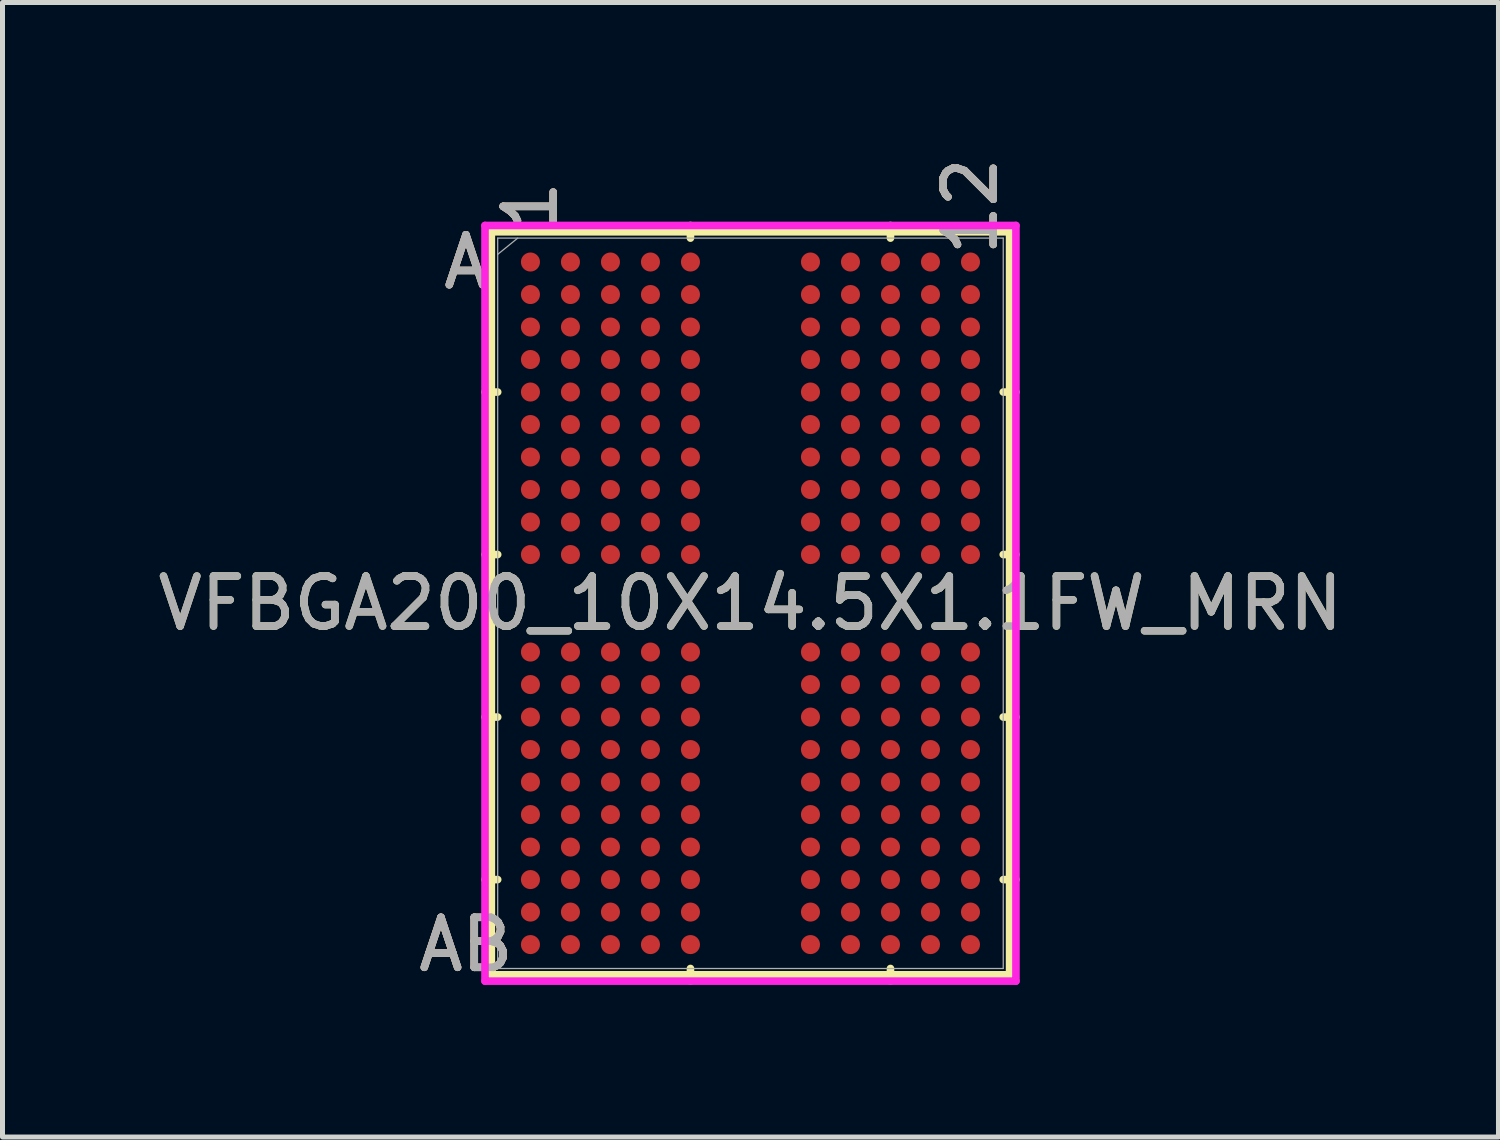
<source format=kicad_pcb>
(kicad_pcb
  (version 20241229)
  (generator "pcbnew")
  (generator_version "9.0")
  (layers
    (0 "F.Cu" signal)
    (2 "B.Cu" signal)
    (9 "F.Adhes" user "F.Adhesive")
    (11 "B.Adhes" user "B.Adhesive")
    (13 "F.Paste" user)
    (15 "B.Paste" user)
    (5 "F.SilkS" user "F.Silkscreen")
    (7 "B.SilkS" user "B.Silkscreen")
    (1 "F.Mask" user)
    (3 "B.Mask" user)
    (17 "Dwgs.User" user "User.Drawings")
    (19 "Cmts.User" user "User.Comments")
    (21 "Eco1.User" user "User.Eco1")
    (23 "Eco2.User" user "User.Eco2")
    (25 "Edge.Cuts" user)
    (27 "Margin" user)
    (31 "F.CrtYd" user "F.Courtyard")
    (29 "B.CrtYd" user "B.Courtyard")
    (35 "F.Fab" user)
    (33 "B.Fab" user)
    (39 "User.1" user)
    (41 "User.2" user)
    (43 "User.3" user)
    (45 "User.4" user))
  (footprint "VFBGA200_10X14.5X1.1FW_MRN"
    (layer "F.Cu")
    (at 11.958 9.015)
    (property "Reference" "VFBGA200_10X14.5X1.1FW_MRN" (at 0 0 0) (unlocked yes) (layer "F.SilkS") (effects (font (size 1 1) (thickness 0.15))))
    (attr smd)
    (fp_line (start -5.182 -7.429) (end -5.182 7.429) (stroke (width 0.152) (type solid)) (layer "F.SilkS"))
    (fp_line (start -5.182 7.429) (end 5.182 7.429) (stroke (width 0.152) (type solid)) (layer "F.SilkS"))
    (fp_line (start -5.055 -4.225) (end -5.309 -4.225) (stroke (width 0.152) (type solid)) (layer "F.SilkS"))
    (fp_line (start -5.055 -0.975) (end -5.309 -0.975) (stroke (width 0.152) (type solid)) (layer "F.SilkS"))
    (fp_line (start -5.055 2.275) (end -5.309 2.275) (stroke (width 0.152) (type solid)) (layer "F.SilkS"))
    (fp_line (start -5.055 5.525) (end -5.309 5.525) (stroke (width 0.152) (type solid)) (layer "F.SilkS"))
    (fp_line (start -1.2 -7.303) (end -1.2 -7.556) (stroke (width 0.152) (type solid)) (layer "F.SilkS"))
    (fp_line (start -1.2 7.303) (end -1.2 7.556) (stroke (width 0.152) (type solid)) (layer "F.SilkS"))
    (fp_line (start 2.8 -7.303) (end 2.8 -7.556) (stroke (width 0.152) (type solid)) (layer "F.SilkS"))
    (fp_line (start 2.8 7.303) (end 2.8 7.556) (stroke (width 0.152) (type solid)) (layer "F.SilkS"))
    (fp_line (start 5.055 -4.225) (end 5.309 -4.225) (stroke (width 0.152) (type solid)) (layer "F.SilkS"))
    (fp_line (start 5.055 -0.975) (end 5.309 -0.975) (stroke (width 0.152) (type solid)) (layer "F.SilkS"))
    (fp_line (start 5.055 2.275) (end 5.309 2.275) (stroke (width 0.152) (type solid)) (layer "F.SilkS"))
    (fp_line (start 5.055 5.525) (end 5.309 5.525) (stroke (width 0.152) (type solid)) (layer "F.SilkS"))
    (fp_line (start 5.182 -7.429) (end -5.182 -7.429) (stroke (width 0.152) (type solid)) (layer "F.SilkS"))
    (fp_line (start 5.182 7.429) (end 5.182 -7.429) (stroke (width 0.152) (type solid)) (layer "F.SilkS"))
    (fp_line (start -5.309 -7.556) (end 5.309 -7.556) (stroke (width 0.152) (type solid)) (layer "F.CrtYd"))
    (fp_line (start -5.309 7.556) (end -5.309 -7.556) (stroke (width 0.152) (type solid)) (layer "F.CrtYd"))
    (fp_line (start 5.309 -7.556) (end 5.309 7.556) (stroke (width 0.152) (type solid)) (layer "F.CrtYd"))
    (fp_line (start 5.309 7.556) (end -5.309 7.556) (stroke (width 0.152) (type solid)) (layer "F.CrtYd"))
    (fp_line (start -5.055 -7.303) (end -5.055 7.303) (stroke (width 0.025) (type solid)) (layer "F.Fab"))
    (fp_line (start -5.055 7.303) (end 5.055 7.303) (stroke (width 0.025) (type solid)) (layer "F.Fab"))
    (fp_line (start -4.655 -7.303) (end -5.055 -6.978) (stroke (width 0.025) (type solid)) (layer "F.Fab"))
    (fp_line (start 5.055 -7.303) (end -5.055 -7.303) (stroke (width 0.025) (type solid)) (layer "F.Fab"))
    (fp_line (start 5.055 7.303) (end 5.055 -7.303) (stroke (width 0.025) (type solid)) (layer "F.Fab"))
    (fp_text user "A" (at -5.69 -6.825 0) (unlocked yes) (layer "F.SilkS") (effects (font (size 1 1) (thickness 0.15))))
    (fp_text user "AB" (at -5.69 6.825 0) (unlocked yes) (layer "F.SilkS") (effects (font (size 1 1) (thickness 0.15))))
    (fp_text user "12" (at 4.4 -7.938 90) (unlocked yes) (layer "F.SilkS") (effects (font (size 1 1) (thickness 0.15))))
    (fp_text user "1" (at -4.4 -7.938 90) (unlocked yes) (layer "F.SilkS") (effects (font (size 1 1) (thickness 0.15))))
    (fp_text user "A" (at -5.69 -6.825 0) (unlocked yes) (layer "B.SilkS") (effects (font (size 1 1) (thickness 0.15))))
    (fp_text user "1" (at -4.4 -7.938 90) (unlocked yes) (layer "B.SilkS") (effects (font (size 1 1) (thickness 0.15))))
    (fp_text user "12" (at 4.4 -7.938 90) (unlocked yes) (layer "B.SilkS") (effects (font (size 1 1) (thickness 0.15))))
    (fp_text user "AB" (at -5.69 6.825 0) (unlocked yes) (layer "B.SilkS") (effects (font (size 1 1) (thickness 0.15))))
    (fp_text user "12" (at 4.4 -7.938 90) (unlocked yes) (layer "F.Fab") (effects (font (size 1 1) (thickness 0.15))))
    (fp_text user "1" (at -4.4 -7.938 90) (unlocked yes) (layer "F.Fab") (effects (font (size 1 1) (thickness 0.15))))
    (fp_text user "A" (at -5.69 -6.825 0) (unlocked yes) (layer "F.Fab") (effects (font (size 1 1) (thickness 0.15))))
    (fp_text user "AB" (at -5.69 6.825 0) (unlocked yes) (layer "F.Fab") (effects (font (size 1 1) (thickness 0.15))))
    (fp_text user "${REFERENCE}" (at 0 0 0) (unlocked yes) (layer "F.Fab") (effects (font (size 1 1) (thickness 0.15))))
    (pad "A1" smd circle (at -4.4 -6.825) (size 0.381 0.381) (layers "F.Cu" "F.Mask" "F.Paste"))
    (pad "A2" smd circle (at -3.6 -6.825) (size 0.381 0.381) (layers "F.Cu" "F.Mask" "F.Paste"))
    (pad "A3" smd circle (at -2.8 -6.825) (size 0.381 0.381) (layers "F.Cu" "F.Mask" "F.Paste"))
    (pad "A4" smd circle (at -2 -6.825) (size 0.381 0.381) (layers "F.Cu" "F.Mask" "F.Paste"))
    (pad "A5" smd circle (at -1.2 -6.825) (size 0.381 0.381) (layers "F.Cu" "F.Mask" "F.Paste"))
    (pad "A8" smd circle (at 1.2 -6.825) (size 0.381 0.381) (layers "F.Cu" "F.Mask" "F.Paste"))
    (pad "A9" smd circle (at 2 -6.825) (size 0.381 0.381) (layers "F.Cu" "F.Mask" "F.Paste"))
    (pad "A10" smd circle (at 2.8 -6.825) (size 0.381 0.381) (layers "F.Cu" "F.Mask" "F.Paste"))
    (pad "A11" smd circle (at 3.6 -6.825) (size 0.381 0.381) (layers "F.Cu" "F.Mask" "F.Paste"))
    (pad "A12" smd circle (at 4.4 -6.825) (size 0.381 0.381) (layers "F.Cu" "F.Mask" "F.Paste"))
    (pad "AA1" smd circle (at -4.4 6.175) (size 0.381 0.381) (layers "F.Cu" "F.Mask" "F.Paste"))
    (pad "AA2" smd circle (at -3.6 6.175) (size 0.381 0.381) (layers "F.Cu" "F.Mask" "F.Paste"))
    (pad "AA3" smd circle (at -2.8 6.175) (size 0.381 0.381) (layers "F.Cu" "F.Mask" "F.Paste"))
    (pad "AA4" smd circle (at -2 6.175) (size 0.381 0.381) (layers "F.Cu" "F.Mask" "F.Paste"))
    (pad "AA5" smd circle (at -1.2 6.175) (size 0.381 0.381) (layers "F.Cu" "F.Mask" "F.Paste"))
    (pad "AA8" smd circle (at 1.2 6.175) (size 0.381 0.381) (layers "F.Cu" "F.Mask" "F.Paste"))
    (pad "AA9" smd circle (at 2 6.175) (size 0.381 0.381) (layers "F.Cu" "F.Mask" "F.Paste"))
    (pad "AA10" smd circle (at 2.8 6.175) (size 0.381 0.381) (layers "F.Cu" "F.Mask" "F.Paste"))
    (pad "AA11" smd circle (at 3.6 6.175) (size 0.381 0.381) (layers "F.Cu" "F.Mask" "F.Paste"))
    (pad "AA12" smd circle (at 4.4 6.175) (size 0.381 0.381) (layers "F.Cu" "F.Mask" "F.Paste"))
    (pad "AB1" smd circle (at -4.4 6.825) (size 0.381 0.381) (layers "F.Cu" "F.Mask" "F.Paste"))
    (pad "AB2" smd circle (at -3.6 6.825) (size 0.381 0.381) (layers "F.Cu" "F.Mask" "F.Paste"))
    (pad "AB3" smd circle (at -2.8 6.825) (size 0.381 0.381) (layers "F.Cu" "F.Mask" "F.Paste"))
    (pad "AB4" smd circle (at -2 6.825) (size 0.381 0.381) (layers "F.Cu" "F.Mask" "F.Paste"))
    (pad "AB5" smd circle (at -1.2 6.825) (size 0.381 0.381) (layers "F.Cu" "F.Mask" "F.Paste"))
    (pad "AB8" smd circle (at 1.2 6.825) (size 0.381 0.381) (layers "F.Cu" "F.Mask" "F.Paste"))
    (pad "AB9" smd circle (at 2 6.825) (size 0.381 0.381) (layers "F.Cu" "F.Mask" "F.Paste"))
    (pad "AB10" smd circle (at 2.8 6.825) (size 0.381 0.381) (layers "F.Cu" "F.Mask" "F.Paste"))
    (pad "AB11" smd circle (at 3.6 6.825) (size 0.381 0.381) (layers "F.Cu" "F.Mask" "F.Paste"))
    (pad "AB12" smd circle (at 4.4 6.825) (size 0.381 0.381) (layers "F.Cu" "F.Mask" "F.Paste"))
    (pad "B1" smd circle (at -4.4 -6.175) (size 0.381 0.381) (layers "F.Cu" "F.Mask" "F.Paste"))
    (pad "B2" smd circle (at -3.6 -6.175) (size 0.381 0.381) (layers "F.Cu" "F.Mask" "F.Paste"))
    (pad "B3" smd circle (at -2.8 -6.175) (size 0.381 0.381) (layers "F.Cu" "F.Mask" "F.Paste"))
    (pad "B4" smd circle (at -2 -6.175) (size 0.381 0.381) (layers "F.Cu" "F.Mask" "F.Paste"))
    (pad "B5" smd circle (at -1.2 -6.175) (size 0.381 0.381) (layers "F.Cu" "F.Mask" "F.Paste"))
    (pad "B8" smd circle (at 1.2 -6.175) (size 0.381 0.381) (layers "F.Cu" "F.Mask" "F.Paste"))
    (pad "B9" smd circle (at 2 -6.175) (size 0.381 0.381) (layers "F.Cu" "F.Mask" "F.Paste"))
    (pad "B10" smd circle (at 2.8 -6.175) (size 0.381 0.381) (layers "F.Cu" "F.Mask" "F.Paste"))
    (pad "B11" smd circle (at 3.6 -6.175) (size 0.381 0.381) (layers "F.Cu" "F.Mask" "F.Paste"))
    (pad "B12" smd circle (at 4.4 -6.175) (size 0.381 0.381) (layers "F.Cu" "F.Mask" "F.Paste"))
    (pad "C1" smd circle (at -4.4 -5.525) (size 0.381 0.381) (layers "F.Cu" "F.Mask" "F.Paste"))
    (pad "C2" smd circle (at -3.6 -5.525) (size 0.381 0.381) (layers "F.Cu" "F.Mask" "F.Paste"))
    (pad "C3" smd circle (at -2.8 -5.525) (size 0.381 0.381) (layers "F.Cu" "F.Mask" "F.Paste"))
    (pad "C4" smd circle (at -2 -5.525) (size 0.381 0.381) (layers "F.Cu" "F.Mask" "F.Paste"))
    (pad "C5" smd circle (at -1.2 -5.525) (size 0.381 0.381) (layers "F.Cu" "F.Mask" "F.Paste"))
    (pad "C8" smd circle (at 1.2 -5.525) (size 0.381 0.381) (layers "F.Cu" "F.Mask" "F.Paste"))
    (pad "C9" smd circle (at 2 -5.525) (size 0.381 0.381) (layers "F.Cu" "F.Mask" "F.Paste"))
    (pad "C10" smd circle (at 2.8 -5.525) (size 0.381 0.381) (layers "F.Cu" "F.Mask" "F.Paste"))
    (pad "C11" smd circle (at 3.6 -5.525) (size 0.381 0.381) (layers "F.Cu" "F.Mask" "F.Paste"))
    (pad "C12" smd circle (at 4.4 -5.525) (size 0.381 0.381) (layers "F.Cu" "F.Mask" "F.Paste"))
    (pad "D1" smd circle (at -4.4 -4.875) (size 0.381 0.381) (layers "F.Cu" "F.Mask" "F.Paste"))
    (pad "D2" smd circle (at -3.6 -4.875) (size 0.381 0.381) (layers "F.Cu" "F.Mask" "F.Paste"))
    (pad "D3" smd circle (at -2.8 -4.875) (size 0.381 0.381) (layers "F.Cu" "F.Mask" "F.Paste"))
    (pad "D4" smd circle (at -2 -4.875) (size 0.381 0.381) (layers "F.Cu" "F.Mask" "F.Paste"))
    (pad "D5" smd circle (at -1.2 -4.875) (size 0.381 0.381) (layers "F.Cu" "F.Mask" "F.Paste"))
    (pad "D8" smd circle (at 1.2 -4.875) (size 0.381 0.381) (layers "F.Cu" "F.Mask" "F.Paste"))
    (pad "D9" smd circle (at 2 -4.875) (size 0.381 0.381) (layers "F.Cu" "F.Mask" "F.Paste"))
    (pad "D10" smd circle (at 2.8 -4.875) (size 0.381 0.381) (layers "F.Cu" "F.Mask" "F.Paste"))
    (pad "D11" smd circle (at 3.6 -4.875) (size 0.381 0.381) (layers "F.Cu" "F.Mask" "F.Paste"))
    (pad "D12" smd circle (at 4.4 -4.875) (size 0.381 0.381) (layers "F.Cu" "F.Mask" "F.Paste"))
    (pad "E1" smd circle (at -4.4 -4.225) (size 0.381 0.381) (layers "F.Cu" "F.Mask" "F.Paste"))
    (pad "E2" smd circle (at -3.6 -4.225) (size 0.381 0.381) (layers "F.Cu" "F.Mask" "F.Paste"))
    (pad "E3" smd circle (at -2.8 -4.225) (size 0.381 0.381) (layers "F.Cu" "F.Mask" "F.Paste"))
    (pad "E4" smd circle (at -2 -4.225) (size 0.381 0.381) (layers "F.Cu" "F.Mask" "F.Paste"))
    (pad "E5" smd circle (at -1.2 -4.225) (size 0.381 0.381) (layers "F.Cu" "F.Mask" "F.Paste"))
    (pad "E8" smd circle (at 1.2 -4.225) (size 0.381 0.381) (layers "F.Cu" "F.Mask" "F.Paste"))
    (pad "E9" smd circle (at 2 -4.225) (size 0.381 0.381) (layers "F.Cu" "F.Mask" "F.Paste"))
    (pad "E10" smd circle (at 2.8 -4.225) (size 0.381 0.381) (layers "F.Cu" "F.Mask" "F.Paste"))
    (pad "E11" smd circle (at 3.6 -4.225) (size 0.381 0.381) (layers "F.Cu" "F.Mask" "F.Paste"))
    (pad "E12" smd circle (at 4.4 -4.225) (size 0.381 0.381) (layers "F.Cu" "F.Mask" "F.Paste"))
    (pad "F1" smd circle (at -4.4 -3.575) (size 0.381 0.381) (layers "F.Cu" "F.Mask" "F.Paste"))
    (pad "F2" smd circle (at -3.6 -3.575) (size 0.381 0.381) (layers "F.Cu" "F.Mask" "F.Paste"))
    (pad "F3" smd circle (at -2.8 -3.575) (size 0.381 0.381) (layers "F.Cu" "F.Mask" "F.Paste"))
    (pad "F4" smd circle (at -2 -3.575) (size 0.381 0.381) (layers "F.Cu" "F.Mask" "F.Paste"))
    (pad "F5" smd circle (at -1.2 -3.575) (size 0.381 0.381) (layers "F.Cu" "F.Mask" "F.Paste"))
    (pad "F8" smd circle (at 1.2 -3.575) (size 0.381 0.381) (layers "F.Cu" "F.Mask" "F.Paste"))
    (pad "F9" smd circle (at 2 -3.575) (size 0.381 0.381) (layers "F.Cu" "F.Mask" "F.Paste"))
    (pad "F10" smd circle (at 2.8 -3.575) (size 0.381 0.381) (layers "F.Cu" "F.Mask" "F.Paste"))
    (pad "F11" smd circle (at 3.6 -3.575) (size 0.381 0.381) (layers "F.Cu" "F.Mask" "F.Paste"))
    (pad "F12" smd circle (at 4.4 -3.575) (size 0.381 0.381) (layers "F.Cu" "F.Mask" "F.Paste"))
    (pad "G1" smd circle (at -4.4 -2.925) (size 0.381 0.381) (layers "F.Cu" "F.Mask" "F.Paste"))
    (pad "G2" smd circle (at -3.6 -2.925) (size 0.381 0.381) (layers "F.Cu" "F.Mask" "F.Paste"))
    (pad "G3" smd circle (at -2.8 -2.925) (size 0.381 0.381) (layers "F.Cu" "F.Mask" "F.Paste"))
    (pad "G4" smd circle (at -2 -2.925) (size 0.381 0.381) (layers "F.Cu" "F.Mask" "F.Paste"))
    (pad "G5" smd circle (at -1.2 -2.925) (size 0.381 0.381) (layers "F.Cu" "F.Mask" "F.Paste"))
    (pad "G8" smd circle (at 1.2 -2.925) (size 0.381 0.381) (layers "F.Cu" "F.Mask" "F.Paste"))
    (pad "G9" smd circle (at 2 -2.925) (size 0.381 0.381) (layers "F.Cu" "F.Mask" "F.Paste"))
    (pad "G10" smd circle (at 2.8 -2.925) (size 0.381 0.381) (layers "F.Cu" "F.Mask" "F.Paste"))
    (pad "G11" smd circle (at 3.6 -2.925) (size 0.381 0.381) (layers "F.Cu" "F.Mask" "F.Paste"))
    (pad "G12" smd circle (at 4.4 -2.925) (size 0.381 0.381) (layers "F.Cu" "F.Mask" "F.Paste"))
    (pad "H1" smd circle (at -4.4 -2.275) (size 0.381 0.381) (layers "F.Cu" "F.Mask" "F.Paste"))
    (pad "H2" smd circle (at -3.6 -2.275) (size 0.381 0.381) (layers "F.Cu" "F.Mask" "F.Paste"))
    (pad "H3" smd circle (at -2.8 -2.275) (size 0.381 0.381) (layers "F.Cu" "F.Mask" "F.Paste"))
    (pad "H4" smd circle (at -2 -2.275) (size 0.381 0.381) (layers "F.Cu" "F.Mask" "F.Paste"))
    (pad "H5" smd circle (at -1.2 -2.275) (size 0.381 0.381) (layers "F.Cu" "F.Mask" "F.Paste"))
    (pad "H8" smd circle (at 1.2 -2.275) (size 0.381 0.381) (layers "F.Cu" "F.Mask" "F.Paste"))
    (pad "H9" smd circle (at 2 -2.275) (size 0.381 0.381) (layers "F.Cu" "F.Mask" "F.Paste"))
    (pad "H10" smd circle (at 2.8 -2.275) (size 0.381 0.381) (layers "F.Cu" "F.Mask" "F.Paste"))
    (pad "H11" smd circle (at 3.6 -2.275) (size 0.381 0.381) (layers "F.Cu" "F.Mask" "F.Paste"))
    (pad "H12" smd circle (at 4.4 -2.275) (size 0.381 0.381) (layers "F.Cu" "F.Mask" "F.Paste"))
    (pad "J1" smd circle (at -4.4 -1.625) (size 0.381 0.381) (layers "F.Cu" "F.Mask" "F.Paste"))
    (pad "J2" smd circle (at -3.6 -1.625) (size 0.381 0.381) (layers "F.Cu" "F.Mask" "F.Paste"))
    (pad "J3" smd circle (at -2.8 -1.625) (size 0.381 0.381) (layers "F.Cu" "F.Mask" "F.Paste"))
    (pad "J4" smd circle (at -2 -1.625) (size 0.381 0.381) (layers "F.Cu" "F.Mask" "F.Paste"))
    (pad "J5" smd circle (at -1.2 -1.625) (size 0.381 0.381) (layers "F.Cu" "F.Mask" "F.Paste"))
    (pad "J8" smd circle (at 1.2 -1.625) (size 0.381 0.381) (layers "F.Cu" "F.Mask" "F.Paste"))
    (pad "J9" smd circle (at 2 -1.625) (size 0.381 0.381) (layers "F.Cu" "F.Mask" "F.Paste"))
    (pad "J10" smd circle (at 2.8 -1.625) (size 0.381 0.381) (layers "F.Cu" "F.Mask" "F.Paste"))
    (pad "J11" smd circle (at 3.6 -1.625) (size 0.381 0.381) (layers "F.Cu" "F.Mask" "F.Paste"))
    (pad "J12" smd circle (at 4.4 -1.625) (size 0.381 0.381) (layers "F.Cu" "F.Mask" "F.Paste"))
    (pad "K1" smd circle (at -4.4 -0.975) (size 0.381 0.381) (layers "F.Cu" "F.Mask" "F.Paste"))
    (pad "K2" smd circle (at -3.6 -0.975) (size 0.381 0.381) (layers "F.Cu" "F.Mask" "F.Paste"))
    (pad "K3" smd circle (at -2.8 -0.975) (size 0.381 0.381) (layers "F.Cu" "F.Mask" "F.Paste"))
    (pad "K4" smd circle (at -2 -0.975) (size 0.381 0.381) (layers "F.Cu" "F.Mask" "F.Paste"))
    (pad "K5" smd circle (at -1.2 -0.975) (size 0.381 0.381) (layers "F.Cu" "F.Mask" "F.Paste"))
    (pad "K8" smd circle (at 1.2 -0.975) (size 0.381 0.381) (layers "F.Cu" "F.Mask" "F.Paste"))
    (pad "K9" smd circle (at 2 -0.975) (size 0.381 0.381) (layers "F.Cu" "F.Mask" "F.Paste"))
    (pad "K10" smd circle (at 2.8 -0.975) (size 0.381 0.381) (layers "F.Cu" "F.Mask" "F.Paste"))
    (pad "K11" smd circle (at 3.6 -0.975) (size 0.381 0.381) (layers "F.Cu" "F.Mask" "F.Paste"))
    (pad "K12" smd circle (at 4.4 -0.975) (size 0.381 0.381) (layers "F.Cu" "F.Mask" "F.Paste"))
    (pad "N1" smd circle (at -4.4 0.975) (size 0.381 0.381) (layers "F.Cu" "F.Mask" "F.Paste"))
    (pad "N2" smd circle (at -3.6 0.975) (size 0.381 0.381) (layers "F.Cu" "F.Mask" "F.Paste"))
    (pad "N3" smd circle (at -2.8 0.975) (size 0.381 0.381) (layers "F.Cu" "F.Mask" "F.Paste"))
    (pad "N4" smd circle (at -2 0.975) (size 0.381 0.381) (layers "F.Cu" "F.Mask" "F.Paste"))
    (pad "N5" smd circle (at -1.2 0.975) (size 0.381 0.381) (layers "F.Cu" "F.Mask" "F.Paste"))
    (pad "N8" smd circle (at 1.2 0.975) (size 0.381 0.381) (layers "F.Cu" "F.Mask" "F.Paste"))
    (pad "N9" smd circle (at 2 0.975) (size 0.381 0.381) (layers "F.Cu" "F.Mask" "F.Paste"))
    (pad "N10" smd circle (at 2.8 0.975) (size 0.381 0.381) (layers "F.Cu" "F.Mask" "F.Paste"))
    (pad "N11" smd circle (at 3.6 0.975) (size 0.381 0.381) (layers "F.Cu" "F.Mask" "F.Paste"))
    (pad "N12" smd circle (at 4.4 0.975) (size 0.381 0.381) (layers "F.Cu" "F.Mask" "F.Paste"))
    (pad "P1" smd circle (at -4.4 1.625) (size 0.381 0.381) (layers "F.Cu" "F.Mask" "F.Paste"))
    (pad "P2" smd circle (at -3.6 1.625) (size 0.381 0.381) (layers "F.Cu" "F.Mask" "F.Paste"))
    (pad "P3" smd circle (at -2.8 1.625) (size 0.381 0.381) (layers "F.Cu" "F.Mask" "F.Paste"))
    (pad "P4" smd circle (at -2 1.625) (size 0.381 0.381) (layers "F.Cu" "F.Mask" "F.Paste"))
    (pad "P5" smd circle (at -1.2 1.625) (size 0.381 0.381) (layers "F.Cu" "F.Mask" "F.Paste"))
    (pad "P8" smd circle (at 1.2 1.625) (size 0.381 0.381) (layers "F.Cu" "F.Mask" "F.Paste"))
    (pad "P9" smd circle (at 2 1.625) (size 0.381 0.381) (layers "F.Cu" "F.Mask" "F.Paste"))
    (pad "P10" smd circle (at 2.8 1.625) (size 0.381 0.381) (layers "F.Cu" "F.Mask" "F.Paste"))
    (pad "P11" smd circle (at 3.6 1.625) (size 0.381 0.381) (layers "F.Cu" "F.Mask" "F.Paste"))
    (pad "P12" smd circle (at 4.4 1.625) (size 0.381 0.381) (layers "F.Cu" "F.Mask" "F.Paste"))
    (pad "R1" smd circle (at -4.4 2.275) (size 0.381 0.381) (layers "F.Cu" "F.Mask" "F.Paste"))
    (pad "R2" smd circle (at -3.6 2.275) (size 0.381 0.381) (layers "F.Cu" "F.Mask" "F.Paste"))
    (pad "R3" smd circle (at -2.8 2.275) (size 0.381 0.381) (layers "F.Cu" "F.Mask" "F.Paste"))
    (pad "R4" smd circle (at -2 2.275) (size 0.381 0.381) (layers "F.Cu" "F.Mask" "F.Paste"))
    (pad "R5" smd circle (at -1.2 2.275) (size 0.381 0.381) (layers "F.Cu" "F.Mask" "F.Paste"))
    (pad "R8" smd circle (at 1.2 2.275) (size 0.381 0.381) (layers "F.Cu" "F.Mask" "F.Paste"))
    (pad "R9" smd circle (at 2 2.275) (size 0.381 0.381) (layers "F.Cu" "F.Mask" "F.Paste"))
    (pad "R10" smd circle (at 2.8 2.275) (size 0.381 0.381) (layers "F.Cu" "F.Mask" "F.Paste"))
    (pad "R11" smd circle (at 3.6 2.275) (size 0.381 0.381) (layers "F.Cu" "F.Mask" "F.Paste"))
    (pad "R12" smd circle (at 4.4 2.275) (size 0.381 0.381) (layers "F.Cu" "F.Mask" "F.Paste"))
    (pad "T1" smd circle (at -4.4 2.925) (size 0.381 0.381) (layers "F.Cu" "F.Mask" "F.Paste"))
    (pad "T2" smd circle (at -3.6 2.925) (size 0.381 0.381) (layers "F.Cu" "F.Mask" "F.Paste"))
    (pad "T3" smd circle (at -2.8 2.925) (size 0.381 0.381) (layers "F.Cu" "F.Mask" "F.Paste"))
    (pad "T4" smd circle (at -2 2.925) (size 0.381 0.381) (layers "F.Cu" "F.Mask" "F.Paste"))
    (pad "T5" smd circle (at -1.2 2.925) (size 0.381 0.381) (layers "F.Cu" "F.Mask" "F.Paste"))
    (pad "T8" smd circle (at 1.2 2.925) (size 0.381 0.381) (layers "F.Cu" "F.Mask" "F.Paste"))
    (pad "T9" smd circle (at 2 2.925) (size 0.381 0.381) (layers "F.Cu" "F.Mask" "F.Paste"))
    (pad "T10" smd circle (at 2.8 2.925) (size 0.381 0.381) (layers "F.Cu" "F.Mask" "F.Paste"))
    (pad "T11" smd circle (at 3.6 2.925) (size 0.381 0.381) (layers "F.Cu" "F.Mask" "F.Paste"))
    (pad "T12" smd circle (at 4.4 2.925) (size 0.381 0.381) (layers "F.Cu" "F.Mask" "F.Paste"))
    (pad "U1" smd circle (at -4.4 3.575) (size 0.381 0.381) (layers "F.Cu" "F.Mask" "F.Paste"))
    (pad "U2" smd circle (at -3.6 3.575) (size 0.381 0.381) (layers "F.Cu" "F.Mask" "F.Paste"))
    (pad "U3" smd circle (at -2.8 3.575) (size 0.381 0.381) (layers "F.Cu" "F.Mask" "F.Paste"))
    (pad "U4" smd circle (at -2 3.575) (size 0.381 0.381) (layers "F.Cu" "F.Mask" "F.Paste"))
    (pad "U5" smd circle (at -1.2 3.575) (size 0.381 0.381) (layers "F.Cu" "F.Mask" "F.Paste"))
    (pad "U8" smd circle (at 1.2 3.575) (size 0.381 0.381) (layers "F.Cu" "F.Mask" "F.Paste"))
    (pad "U9" smd circle (at 2 3.575) (size 0.381 0.381) (layers "F.Cu" "F.Mask" "F.Paste"))
    (pad "U10" smd circle (at 2.8 3.575) (size 0.381 0.381) (layers "F.Cu" "F.Mask" "F.Paste"))
    (pad "U11" smd circle (at 3.6 3.575) (size 0.381 0.381) (layers "F.Cu" "F.Mask" "F.Paste"))
    (pad "U12" smd circle (at 4.4 3.575) (size 0.381 0.381) (layers "F.Cu" "F.Mask" "F.Paste"))
    (pad "V1" smd circle (at -4.4 4.225) (size 0.381 0.381) (layers "F.Cu" "F.Mask" "F.Paste"))
    (pad "V2" smd circle (at -3.6 4.225) (size 0.381 0.381) (layers "F.Cu" "F.Mask" "F.Paste"))
    (pad "V3" smd circle (at -2.8 4.225) (size 0.381 0.381) (layers "F.Cu" "F.Mask" "F.Paste"))
    (pad "V4" smd circle (at -2 4.225) (size 0.381 0.381) (layers "F.Cu" "F.Mask" "F.Paste"))
    (pad "V5" smd circle (at -1.2 4.225) (size 0.381 0.381) (layers "F.Cu" "F.Mask" "F.Paste"))
    (pad "V8" smd circle (at 1.2 4.225) (size 0.381 0.381) (layers "F.Cu" "F.Mask" "F.Paste"))
    (pad "V9" smd circle (at 2 4.225) (size 0.381 0.381) (layers "F.Cu" "F.Mask" "F.Paste"))
    (pad "V10" smd circle (at 2.8 4.225) (size 0.381 0.381) (layers "F.Cu" "F.Mask" "F.Paste"))
    (pad "V11" smd circle (at 3.6 4.225) (size 0.381 0.381) (layers "F.Cu" "F.Mask" "F.Paste"))
    (pad "V12" smd circle (at 4.4 4.225) (size 0.381 0.381) (layers "F.Cu" "F.Mask" "F.Paste"))
    (pad "W1" smd circle (at -4.4 4.875) (size 0.381 0.381) (layers "F.Cu" "F.Mask" "F.Paste"))
    (pad "W2" smd circle (at -3.6 4.875) (size 0.381 0.381) (layers "F.Cu" "F.Mask" "F.Paste"))
    (pad "W3" smd circle (at -2.8 4.875) (size 0.381 0.381) (layers "F.Cu" "F.Mask" "F.Paste"))
    (pad "W4" smd circle (at -2 4.875) (size 0.381 0.381) (layers "F.Cu" "F.Mask" "F.Paste"))
    (pad "W5" smd circle (at -1.2 4.875) (size 0.381 0.381) (layers "F.Cu" "F.Mask" "F.Paste"))
    (pad "W8" smd circle (at 1.2 4.875) (size 0.381 0.381) (layers "F.Cu" "F.Mask" "F.Paste"))
    (pad "W9" smd circle (at 2 4.875) (size 0.381 0.381) (layers "F.Cu" "F.Mask" "F.Paste"))
    (pad "W10" smd circle (at 2.8 4.875) (size 0.381 0.381) (layers "F.Cu" "F.Mask" "F.Paste"))
    (pad "W11" smd circle (at 3.6 4.875) (size 0.381 0.381) (layers "F.Cu" "F.Mask" "F.Paste"))
    (pad "W12" smd circle (at 4.4 4.875) (size 0.381 0.381) (layers "F.Cu" "F.Mask" "F.Paste"))
    (pad "Y1" smd circle (at -4.4 5.525) (size 0.381 0.381) (layers "F.Cu" "F.Mask" "F.Paste"))
    (pad "Y2" smd circle (at -3.6 5.525) (size 0.381 0.381) (layers "F.Cu" "F.Mask" "F.Paste"))
    (pad "Y3" smd circle (at -2.8 5.525) (size 0.381 0.381) (layers "F.Cu" "F.Mask" "F.Paste"))
    (pad "Y4" smd circle (at -2 5.525) (size 0.381 0.381) (layers "F.Cu" "F.Mask" "F.Paste"))
    (pad "Y5" smd circle (at -1.2 5.525) (size 0.381 0.381) (layers "F.Cu" "F.Mask" "F.Paste"))
    (pad "Y8" smd circle (at 1.2 5.525) (size 0.381 0.381) (layers "F.Cu" "F.Mask" "F.Paste"))
    (pad "Y9" smd circle (at 2 5.525) (size 0.381 0.381) (layers "F.Cu" "F.Mask" "F.Paste"))
    (pad "Y10" smd circle (at 2.8 5.525) (size 0.381 0.381) (layers "F.Cu" "F.Mask" "F.Paste"))
    (pad "Y11" smd circle (at 3.6 5.525) (size 0.381 0.381) (layers "F.Cu" "F.Mask" "F.Paste"))
    (pad "Y12" smd circle (at 4.4 5.525) (size 0.381 0.381) (layers "F.Cu" "F.Mask" "F.Paste")))
  (gr_rect
    (start -3 -3)
    (end 26.917 19.688)
    (stroke (width 0.1) (type default))
    (fill no)
    (layer "Edge.Cuts")))
</source>
